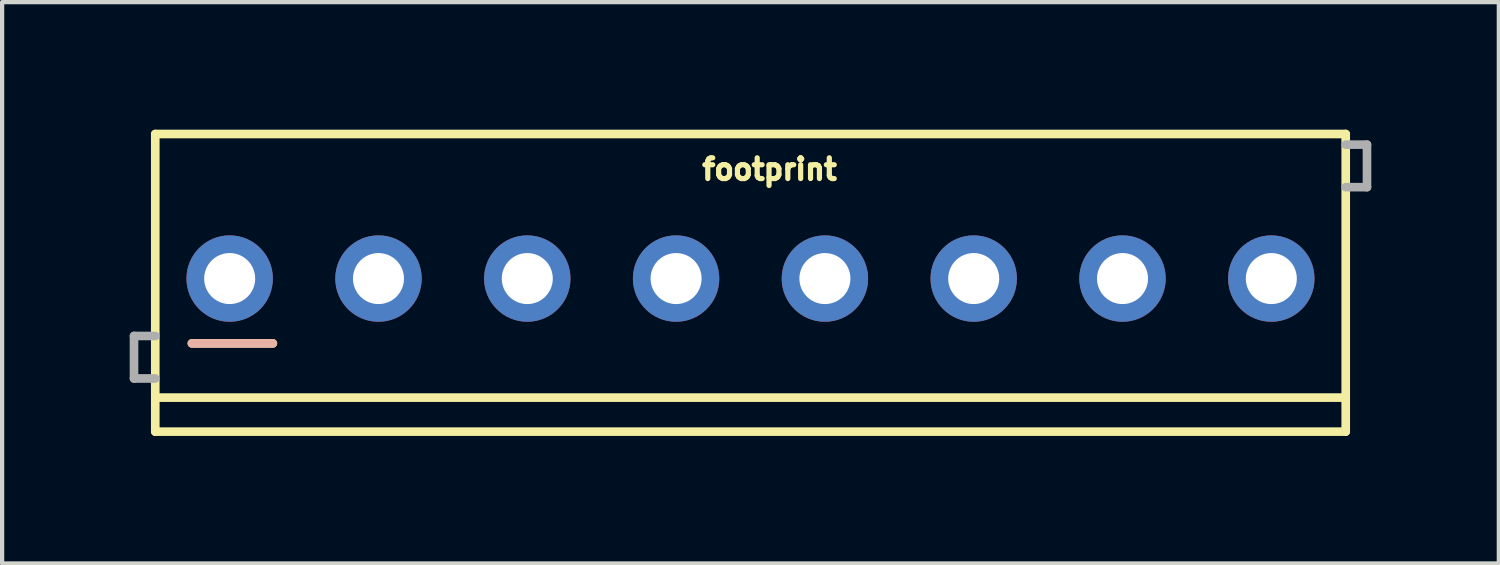
<source format=kicad_pcb>
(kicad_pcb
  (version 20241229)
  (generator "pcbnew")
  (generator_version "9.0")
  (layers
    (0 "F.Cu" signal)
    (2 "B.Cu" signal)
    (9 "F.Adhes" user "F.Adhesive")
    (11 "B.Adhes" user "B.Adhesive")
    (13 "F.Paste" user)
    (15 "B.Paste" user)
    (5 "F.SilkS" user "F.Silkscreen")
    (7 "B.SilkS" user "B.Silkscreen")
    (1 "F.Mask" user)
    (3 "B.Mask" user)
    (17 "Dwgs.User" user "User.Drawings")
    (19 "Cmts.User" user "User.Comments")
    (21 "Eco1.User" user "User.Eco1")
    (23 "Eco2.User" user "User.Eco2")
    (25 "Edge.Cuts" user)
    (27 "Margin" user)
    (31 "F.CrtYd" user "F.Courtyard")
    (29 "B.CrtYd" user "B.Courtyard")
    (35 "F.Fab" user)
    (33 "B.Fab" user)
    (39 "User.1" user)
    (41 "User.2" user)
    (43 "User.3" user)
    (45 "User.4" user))
  (footprint "footprint"
    (layer "F.Cu")
    (at 2.352 3.502)
    (property "Reference" "footprint" (at 11.049 -2.286 0) (layer "F.SilkS") (effects (font (size 0.488 0.488) (thickness 0.122)) (justify left bottom)))
    (fp_line (start -1.75 -3.4) (end 26.25 -3.4) (stroke (width 0.203) (type solid)) (layer "F.SilkS"))
    (fp_line (start -1.75 2.8) (end -1.75 -3.4) (stroke (width 0.203) (type solid)) (layer "F.SilkS"))
    (fp_line (start -1.75 3.6) (end -1.75 2.8) (stroke (width 0.203) (type solid)) (layer "F.SilkS"))
    (fp_line (start 1.016 1.524) (end -0.889 1.524) (stroke (width 0.203) (type solid)) (layer "F.SilkS"))
    (fp_line (start 26.25 -3.4) (end 26.25 2.8) (stroke (width 0.203) (type solid)) (layer "F.SilkS"))
    (fp_line (start 26.25 2.8) (end -1.75 2.8) (stroke (width 0.203) (type solid)) (layer "F.SilkS"))
    (fp_line (start 26.25 2.8) (end 26.25 3.6) (stroke (width 0.203) (type solid)) (layer "F.SilkS"))
    (fp_line (start 26.25 3.6) (end -1.75 3.6) (stroke (width 0.203) (type solid)) (layer "F.SilkS"))
    (fp_line (start -0.889 1.524) (end 1.016 1.524) (stroke (width 0.203) (type solid)) (layer "B.SilkS"))
    (fp_line (start -2.25 1.35) (end -2.25 2.35) (stroke (width 0.203) (type solid)) (layer "F.Fab"))
    (fp_line (start -2.25 2.35) (end -1.75 2.35) (stroke (width 0.203) (type solid)) (layer "F.Fab"))
    (fp_line (start -1.75 1.35) (end -2.25 1.35) (stroke (width 0.203) (type solid)) (layer "F.Fab"))
    (fp_line (start 26.25 -3.15) (end 26.75 -3.15) (stroke (width 0.203) (type solid)) (layer "F.Fab"))
    (fp_line (start 26.75 -3.15) (end 26.75 -2.15) (stroke (width 0.203) (type solid)) (layer "F.Fab"))
    (fp_line (start 26.75 -2.15) (end 26.25 -2.15) (stroke (width 0.203) (type solid)) (layer "F.Fab"))
    (pad "1" thru_hole circle (at 0 0) (size 2.032 2.032) (drill 1.2) (layers "*.Cu" "*.Mask"))
    (pad "2" thru_hole circle (at 3.5 0) (size 2.032 2.032) (drill 1.2) (layers "*.Cu" "*.Mask"))
    (pad "3" thru_hole circle (at 7 0) (size 2.032 2.032) (drill 1.2) (layers "*.Cu" "*.Mask"))
    (pad "4" thru_hole circle (at 10.5 0) (size 2.032 2.032) (drill 1.2) (layers "*.Cu" "*.Mask"))
    (pad "5" thru_hole circle (at 14 0) (size 2.032 2.032) (drill 1.2) (layers "*.Cu" "*.Mask"))
    (pad "6" thru_hole circle (at 17.5 0) (size 2.032 2.032) (drill 1.2) (layers "*.Cu" "*.Mask"))
    (pad "7" thru_hole circle (at 21 0) (size 2.032 2.032) (drill 1.2) (layers "*.Cu" "*.Mask"))
    (pad "8" thru_hole circle (at 24.5 0) (size 2.032 2.032) (drill 1.2) (layers "*.Cu" "*.Mask")))
  (gr_rect
    (start -3 -3)
    (end 32.203 10.203)
    (stroke (width 0.1) (type default))
    (fill no)
    (layer "Edge.Cuts")))
</source>
